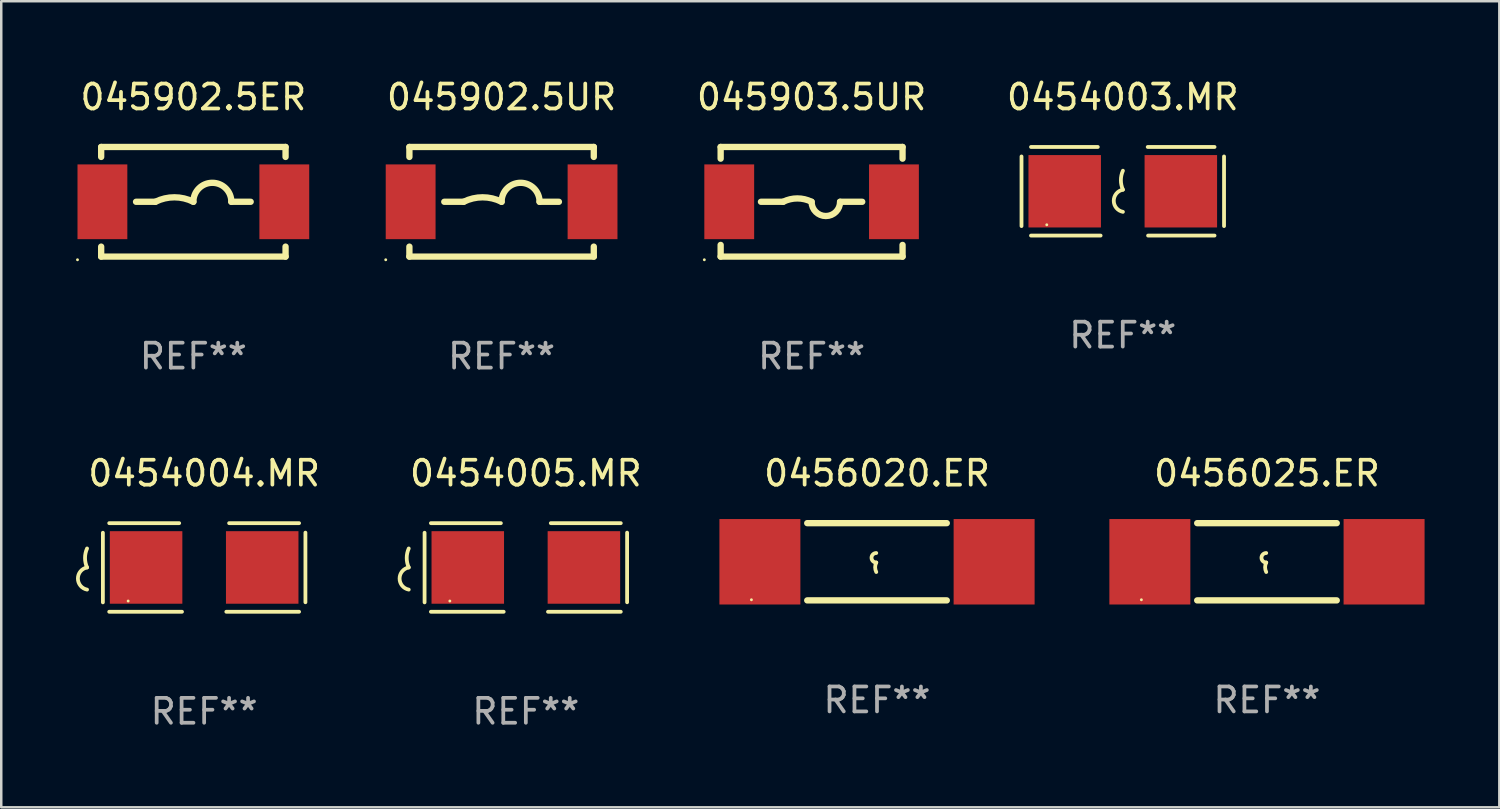
<source format=kicad_pcb>
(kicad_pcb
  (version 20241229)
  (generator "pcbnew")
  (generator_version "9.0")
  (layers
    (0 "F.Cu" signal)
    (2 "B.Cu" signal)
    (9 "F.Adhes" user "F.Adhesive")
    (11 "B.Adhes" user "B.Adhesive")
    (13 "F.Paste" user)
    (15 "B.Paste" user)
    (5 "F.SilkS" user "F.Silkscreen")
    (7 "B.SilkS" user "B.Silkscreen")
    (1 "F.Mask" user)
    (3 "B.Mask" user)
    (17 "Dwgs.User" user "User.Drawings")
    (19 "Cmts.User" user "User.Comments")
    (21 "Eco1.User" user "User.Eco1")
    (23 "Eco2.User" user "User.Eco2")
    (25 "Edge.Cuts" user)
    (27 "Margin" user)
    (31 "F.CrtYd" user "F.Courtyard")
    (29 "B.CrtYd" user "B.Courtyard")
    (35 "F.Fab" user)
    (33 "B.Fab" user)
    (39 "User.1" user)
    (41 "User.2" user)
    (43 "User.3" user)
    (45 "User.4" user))
  (footprint "0454003.MR"
    (layer "F.Cu")
    (at 42.009 4.626)
    (property "Reference" "0454003.MR" (at 0 -3.778 0) (layer "F.SilkS") (effects (font (size 1 1) (thickness 0.15))))
    (attr through_hole)
    (fp_line (start -4.064 -1.397) (end -4.064 1.397) (stroke (width 0.152) (type solid)) (layer "F.SilkS"))
    (fp_line (start -3.683 -1.778) (end -1.002 -1.778) (stroke (width 0.152) (type solid)) (layer "F.SilkS"))
    (fp_line (start -0.889 1.778) (end -3.683 1.778) (stroke (width 0.152) (type solid)) (layer "F.SilkS"))
    (fp_line (start 1.016 1.778) (end 3.683 1.778) (stroke (width 0.152) (type solid)) (layer "F.SilkS"))
    (fp_line (start 3.683 -1.778) (end 1.001 -1.778) (stroke (width 0.152) (type solid)) (layer "F.SilkS"))
    (fp_line (start 4.064 -1.397) (end 4.064 1.397) (stroke (width 0.152) (type solid)) (layer "F.SilkS"))
    (fp_arc (start 0.006045 -0.0635) (mid -0.075591 -0.444501) (end 0.006045 -0.825502) (stroke (width 0.151994) (type solid)) (layer "F.SilkS"))
    (fp_arc (start 0.006045 0.825502) (mid -0.361643 0.381001) (end 0.006045 -0.0635) (stroke (width 0.151994) (type solid)) (layer "F.SilkS"))
    (fp_circle (center -3.05 1.345) (end -3.02 1.345) (stroke (width 0.06) (type solid)) (fill no) (layer "F.SilkS"))
    (fp_text user "REF**" (at 0 5.778 0) (layer "F.Fab") (effects (font (size 1 1) (thickness 0.15))))
    (pad "1" smd rect (at -2.33 0) (size 2.91 2.905) (layers "F.Cu" "F.Mask" "F.Paste"))
    (pad "2" smd rect (at 2.33 0) (size 2.91 2.905) (layers "F.Cu" "F.Mask" "F.Paste")))
  (footprint "0454005.MR"
    (layer "F.Cu")
    (at 18.053 19.723)
    (property "Reference" "0454005.MR" (at 0 -3.778 0) (layer "F.SilkS") (effects (font (size 1 1) (thickness 0.15))))
    (attr through_hole)
    (fp_line (start -4.064 -1.393) (end -4.064 1.401) (stroke (width 0.152) (type solid)) (layer "F.SilkS"))
    (fp_line (start -3.81 -1.778) (end -1.002 -1.778) (stroke (width 0.152) (type solid)) (layer "F.SilkS"))
    (fp_line (start -0.889 1.778) (end -3.81 1.778) (stroke (width 0.152) (type solid)) (layer "F.SilkS"))
    (fp_line (start 0.889 1.778) (end 3.81 1.778) (stroke (width 0.152) (type solid)) (layer "F.SilkS"))
    (fp_line (start 3.81 -1.778) (end 1.002 -1.778) (stroke (width 0.152) (type solid)) (layer "F.SilkS"))
    (fp_line (start 4.064 -1.397) (end 4.064 1.397) (stroke (width 0.152) (type solid)) (layer "F.SilkS"))
    (fp_arc (start -4.699009 0) (mid -4.780645 -0.381001) (end -4.699009 -0.762002) (stroke (width 0.151994) (type solid)) (layer "F.SilkS"))
    (fp_arc (start -4.699009 0.889002) (mid -5.066697 0.444501) (end -4.699009 0) (stroke (width 0.151994) (type solid)) (layer "F.SilkS"))
    (fp_circle (center -3.05 1.347) (end -3.02 1.347) (stroke (width 0.06) (type solid)) (fill no) (layer "F.SilkS"))
    (fp_text user "REF**" (at 0 5.778 0) (layer "F.Fab") (effects (font (size 1 1) (thickness 0.15))))
    (pad "1" smd rect (at -2.33 0) (size 2.91 2.911) (layers "F.Cu" "F.Mask" "F.Paste"))
    (pad "2" smd rect (at 2.33 0) (size 2.91 2.911) (layers "F.Cu" "F.Mask" "F.Paste")))
  (footprint "0456025.ER"
    (layer "F.Cu")
    (at 47.796 19.495)
    (property "Reference" "0456025.ER" (at 0 -3.55 0) (layer "F.SilkS") (effects (font (size 1 1) (thickness 0.15))))
    (attr through_hole)
    (fp_line (start -2.8 -1.55) (end 2.8 -1.55) (stroke (width 0.254) (type solid)) (layer "F.SilkS"))
    (fp_line (start -2.8 1.55) (end 2.8 1.55) (stroke (width 0.254) (type solid)) (layer "F.SilkS"))
    (fp_arc (start -0.029896 0.030074) (mid -0.220397 -0.160427) (end -0.029896 -0.350928) (stroke (width 0.151994) (type solid)) (layer "F.SilkS"))
    (fp_arc (start -0.029896 0.411075) (mid -0.074867 0.220574) (end -0.029896 0.030074) (stroke (width 0.151994) (type solid)) (layer "F.SilkS"))
    (fp_circle (center -5.04 1.525) (end -5.01 1.525) (stroke (width 0.06) (type solid)) (fill no) (layer "F.SilkS"))
    (fp_text user "REF**" (at 0 5.55 0) (layer "F.Fab") (effects (font (size 1 1) (thickness 0.15))))
    (pad "1" smd rect (at -4.7 0) (size 3.25 3.43) (layers "F.Cu" "F.Mask" "F.Paste"))
    (pad "2" smd rect (at 4.7 0) (size 3.25 3.43) (layers "F.Cu" "F.Mask" "F.Paste")))
  (footprint "0456020.ER"
    (layer "F.Cu")
    (at 32.146 19.495)
    (property "Reference" "0456020.ER" (at 0 -3.55 0) (layer "F.SilkS") (effects (font (size 1 1) (thickness 0.15))))
    (attr through_hole)
    (fp_line (start -2.8 -1.55) (end 2.8 -1.55) (stroke (width 0.254) (type solid)) (layer "F.SilkS"))
    (fp_line (start -2.8 1.55) (end 2.8 1.55) (stroke (width 0.254) (type solid)) (layer "F.SilkS"))
    (fp_arc (start -0.029896 0.030074) (mid -0.220397 -0.160427) (end -0.029896 -0.350928) (stroke (width 0.151994) (type solid)) (layer "F.SilkS"))
    (fp_arc (start -0.029896 0.411075) (mid -0.074867 0.220574) (end -0.029896 0.030074) (stroke (width 0.151994) (type solid)) (layer "F.SilkS"))
    (fp_circle (center -5.04 1.525) (end -5.01 1.525) (stroke (width 0.06) (type solid)) (fill no) (layer "F.SilkS"))
    (fp_text user "REF**" (at 0 5.55 0) (layer "F.Fab") (effects (font (size 1 1) (thickness 0.15))))
    (pad "1" smd rect (at -4.7 0) (size 3.25 3.43) (layers "F.Cu" "F.Mask" "F.Paste"))
    (pad "2" smd rect (at 4.7 0) (size 3.25 3.43) (layers "F.Cu" "F.Mask" "F.Paste")))
  (footprint "045903.5UR"
    (layer "F.Cu")
    (at 29.521 5.048)
    (property "Reference" "045903.5UR" (at 0 -4.2 0) (layer "F.SilkS") (effects (font (size 1 1) (thickness 0.15))))
    (attr through_hole)
    (fp_line (start -3.65 -2.2) (end -3.65 -1.731) (stroke (width 0.254) (type solid)) (layer "F.SilkS"))
    (fp_line (start -3.65 -2.2) (end 3.65 -2.2) (stroke (width 0.254) (type solid)) (layer "F.SilkS"))
    (fp_line (start -3.65 1.731) (end -3.65 2.2) (stroke (width 0.254) (type solid)) (layer "F.SilkS"))
    (fp_line (start -3.65 2.2) (end 3.65 2.2) (stroke (width 0.254) (type solid)) (layer "F.SilkS"))
    (fp_line (start -2.032 0) (end -1.143 0) (stroke (width 0.254) (type solid)) (layer "F.SilkS"))
    (fp_line (start 2.032 0) (end 1.143 0) (stroke (width 0.254) (type solid)) (layer "F.SilkS"))
    (fp_line (start 3.65 -2.2) (end 3.65 -1.731) (stroke (width 0.254) (type solid)) (layer "F.SilkS"))
    (fp_line (start 3.65 1.731) (end 3.65 2.2) (stroke (width 0.254) (type solid)) (layer "F.SilkS"))
    (fp_arc (start -1.14299 0) (mid -0.571489 -0.134914) (end 0.000012 -0.000001) (stroke (width 0.254001) (type solid)) (layer "F.SilkS"))
    (fp_arc (start 1.143015 0) (mid 0.571285 0.57173) (end -0.000445 0) (stroke (width 0.254001) (type solid)) (layer "F.SilkS"))
    (fp_circle (center -4.305 2.327) (end -4.275 2.327) (stroke (width 0.06) (type solid)) (fill no) (layer "F.SilkS"))
    (fp_text user "REF**" (at 0 6.2 0) (layer "F.Fab") (effects (font (size 1 1) (thickness 0.15))))
    (pad "1" smd rect (at -3.305 0) (size 2 3) (layers "F.Cu" "F.Mask" "F.Paste"))
    (pad "2" smd rect (at 3.305 0) (size 2 3) (layers "F.Cu" "F.Mask" "F.Paste")))
  (footprint "045902.5ER"
    (layer "F.Cu")
    (at 4.71 5.048)
    (property "Reference" "045902.5ER" (at 0 -4.2 0) (layer "F.SilkS") (effects (font (size 1 1) (thickness 0.15))))
    (attr through_hole)
    (fp_line (start -3.7 -2.2) (end 3.7 -2.2) (stroke (width 0.254) (type solid)) (layer "F.SilkS"))
    (fp_line (start -3.7 -1.8) (end -3.7 -2.2) (stroke (width 0.254) (type solid)) (layer "F.SilkS"))
    (fp_line (start -3.7 2.2) (end -3.7 1.8) (stroke (width 0.254) (type solid)) (layer "F.SilkS"))
    (fp_line (start -2.3 0) (end -1.524 0) (stroke (width 0.254) (type solid)) (layer "F.SilkS"))
    (fp_line (start 2.3 0) (end 1.524 0) (stroke (width 0.254) (type solid)) (layer "F.SilkS"))
    (fp_line (start 3.7 -1.8) (end 3.7 -2.2) (stroke (width 0.254) (type solid)) (layer "F.SilkS"))
    (fp_line (start 3.7 2.2) (end -3.7 2.2) (stroke (width 0.254) (type solid)) (layer "F.SilkS"))
    (fp_line (start 3.7 2.2) (end 3.7 1.8) (stroke (width 0.254) (type solid)) (layer "F.SilkS"))
    (fp_arc (start -1.524003 0) (mid -0.762002 -0.179884) (end 0 0) (stroke (width 0.254001) (type solid)) (layer "F.SilkS"))
    (fp_arc (start 0.000001 0) (mid 0.762002 -0.762001) (end 1.524003 0) (stroke (width 0.254001) (type solid)) (layer "F.SilkS"))
    (fp_circle (center -4.65 2.327) (end -4.62 2.327) (stroke (width 0.06) (type solid)) (fill no) (layer "F.SilkS"))
    (fp_text user "REF**" (at 0 6.2 0) (layer "F.Fab") (effects (font (size 1 1) (thickness 0.15))))
    (pad "1" smd rect (at -3.65 0 90) (size 3 2) (layers "F.Cu" "F.Mask" "F.Paste"))
    (pad "2" smd rect (at 3.65 0 90) (size 3 2) (layers "F.Cu" "F.Mask" "F.Paste")))
  (footprint "0454004.MR"
    (layer "F.Cu")
    (at 5.143 19.723)
    (property "Reference" "0454004.MR" (at 0 -3.778 0) (layer "F.SilkS") (effects (font (size 1 1) (thickness 0.15))))
    (attr through_hole)
    (fp_line (start -4.064 -1.393) (end -4.064 1.401) (stroke (width 0.152) (type solid)) (layer "F.SilkS"))
    (fp_line (start -3.81 -1.778) (end -1.002 -1.778) (stroke (width 0.152) (type solid)) (layer "F.SilkS"))
    (fp_line (start -0.889 1.778) (end -3.81 1.778) (stroke (width 0.152) (type solid)) (layer "F.SilkS"))
    (fp_line (start 0.889 1.778) (end 3.81 1.778) (stroke (width 0.152) (type solid)) (layer "F.SilkS"))
    (fp_line (start 3.81 -1.778) (end 1.002 -1.778) (stroke (width 0.152) (type solid)) (layer "F.SilkS"))
    (fp_line (start 4.064 -1.397) (end 4.064 1.397) (stroke (width 0.152) (type solid)) (layer "F.SilkS"))
    (fp_arc (start -4.699009 0) (mid -4.780645 -0.381001) (end -4.699009 -0.762002) (stroke (width 0.151994) (type solid)) (layer "F.SilkS"))
    (fp_arc (start -4.699009 0.889002) (mid -5.066697 0.444501) (end -4.699009 0) (stroke (width 0.151994) (type solid)) (layer "F.SilkS"))
    (fp_circle (center -3.05 1.347) (end -3.02 1.347) (stroke (width 0.06) (type solid)) (fill no) (layer "F.SilkS"))
    (fp_text user "REF**" (at 0 5.778 0) (layer "F.Fab") (effects (font (size 1 1) (thickness 0.15))))
    (pad "1" smd rect (at -2.33 0) (size 2.91 2.911) (layers "F.Cu" "F.Mask" "F.Paste"))
    (pad "2" smd rect (at 2.33 0) (size 2.91 2.911) (layers "F.Cu" "F.Mask" "F.Paste")))
  (footprint "045902.5UR"
    (layer "F.Cu")
    (at 17.08 5.048)
    (property "Reference" "045902.5UR" (at 0 -4.2 0) (layer "F.SilkS") (effects (font (size 1 1) (thickness 0.15))))
    (attr through_hole)
    (fp_line (start -3.7 -2.2) (end 3.7 -2.2) (stroke (width 0.254) (type solid)) (layer "F.SilkS"))
    (fp_line (start -3.7 -1.8) (end -3.7 -2.2) (stroke (width 0.254) (type solid)) (layer "F.SilkS"))
    (fp_line (start -3.7 2.2) (end -3.7 1.8) (stroke (width 0.254) (type solid)) (layer "F.SilkS"))
    (fp_line (start -2.3 0) (end -1.524 0) (stroke (width 0.254) (type solid)) (layer "F.SilkS"))
    (fp_line (start 2.3 0) (end 1.524 0) (stroke (width 0.254) (type solid)) (layer "F.SilkS"))
    (fp_line (start 3.7 -1.8) (end 3.7 -2.2) (stroke (width 0.254) (type solid)) (layer "F.SilkS"))
    (fp_line (start 3.7 2.2) (end -3.7 2.2) (stroke (width 0.254) (type solid)) (layer "F.SilkS"))
    (fp_line (start 3.7 2.2) (end 3.7 1.8) (stroke (width 0.254) (type solid)) (layer "F.SilkS"))
    (fp_arc (start -1.524003 0) (mid -0.762002 -0.179884) (end 0 0) (stroke (width 0.254001) (type solid)) (layer "F.SilkS"))
    (fp_arc (start 0.000001 0) (mid 0.762002 -0.762001) (end 1.524003 0) (stroke (width 0.254001) (type solid)) (layer "F.SilkS"))
    (fp_circle (center -4.65 2.327) (end -4.62 2.327) (stroke (width 0.06) (type solid)) (fill no) (layer "F.SilkS"))
    (fp_text user "REF**" (at 0 6.2 0) (layer "F.Fab") (effects (font (size 1 1) (thickness 0.15))))
    (pad "1" smd rect (at -3.65 0 90) (size 3 2) (layers "F.Cu" "F.Mask" "F.Paste"))
    (pad "2" smd rect (at 3.65 0 90) (size 3 2) (layers "F.Cu" "F.Mask" "F.Paste")))
  (gr_rect
    (start -3 -3)
    (end 57.121 29.349)
    (stroke (width 0.1) (type default))
    (fill no)
    (layer "Edge.Cuts")))
</source>
